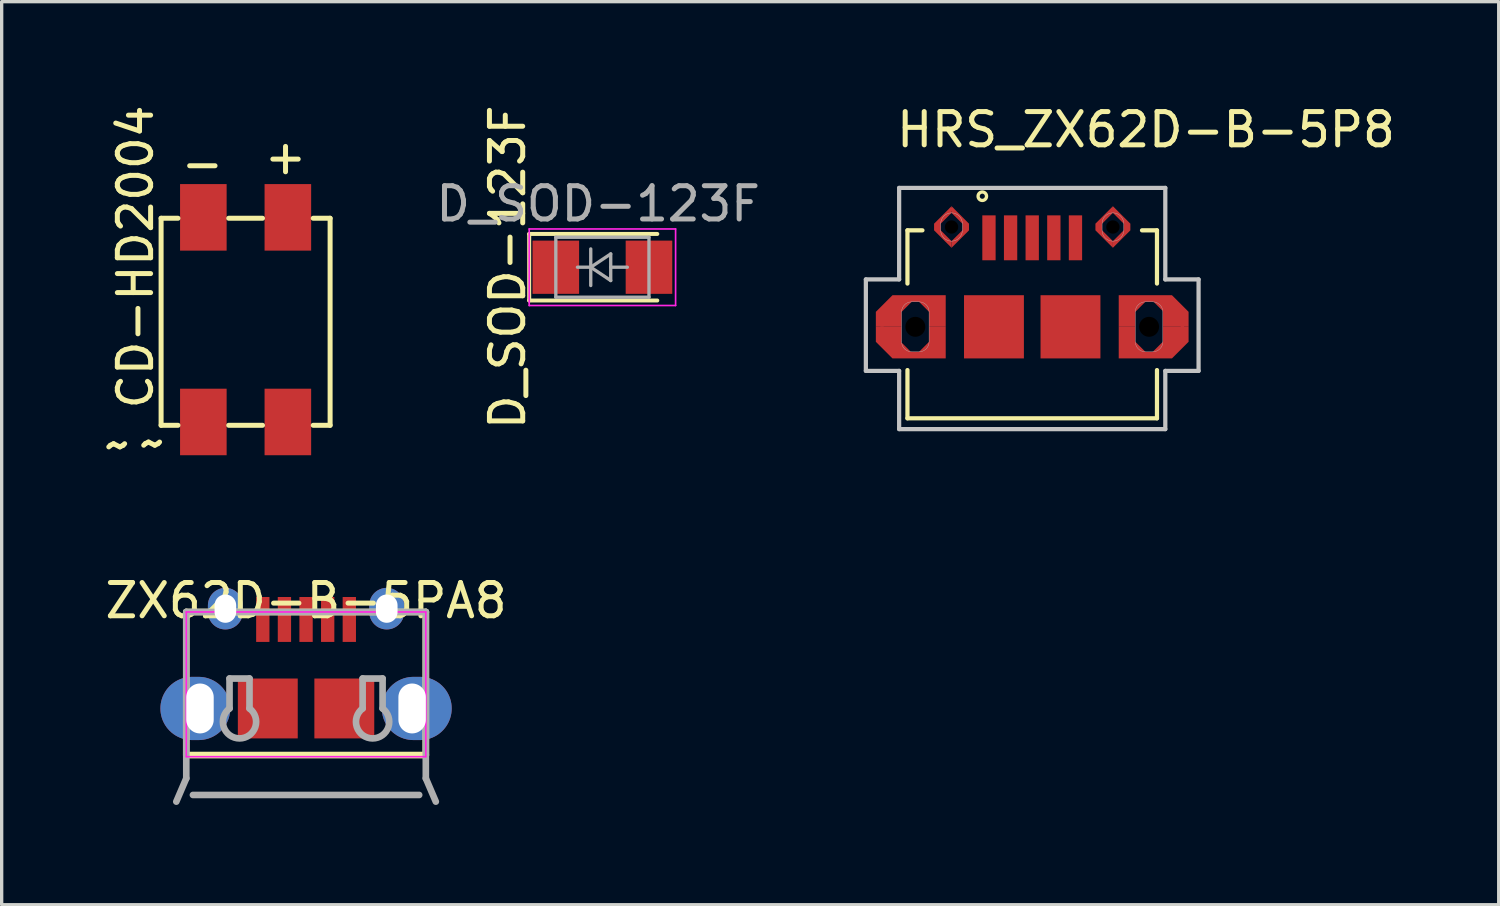
<source format=kicad_pcb>
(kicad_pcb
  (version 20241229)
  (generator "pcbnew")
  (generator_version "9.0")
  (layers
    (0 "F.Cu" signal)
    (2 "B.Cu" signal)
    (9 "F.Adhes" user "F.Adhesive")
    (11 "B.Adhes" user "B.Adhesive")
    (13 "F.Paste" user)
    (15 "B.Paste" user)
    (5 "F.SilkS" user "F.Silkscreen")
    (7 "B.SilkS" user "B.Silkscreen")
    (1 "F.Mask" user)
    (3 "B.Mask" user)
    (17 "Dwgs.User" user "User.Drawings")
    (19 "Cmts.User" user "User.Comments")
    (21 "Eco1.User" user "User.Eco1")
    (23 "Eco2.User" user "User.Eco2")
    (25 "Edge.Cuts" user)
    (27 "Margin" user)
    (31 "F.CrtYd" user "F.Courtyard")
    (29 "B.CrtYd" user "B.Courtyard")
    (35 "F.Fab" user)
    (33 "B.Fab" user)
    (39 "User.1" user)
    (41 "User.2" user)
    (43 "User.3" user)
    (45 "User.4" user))
  (footprint "D_SOD-123F"
    (layer "F.Cu")
    (at 15.056 4.982)
    (property "Reference" "D_SOD-123F" (at -2.85 0 90) (layer "F.SilkS") (effects (font (size 1 1) (thickness 0.15))))
    (attr smd)
    (fp_line (start -2.2 -1) (end -2.2 1) (stroke (width 0.12) (type solid)) (layer "F.SilkS"))
    (fp_line (start -2.2 -1) (end 1.65 -1) (stroke (width 0.12) (type solid)) (layer "F.SilkS"))
    (fp_line (start -2.2 1) (end 1.65 1) (stroke (width 0.12) (type solid)) (layer "F.SilkS"))
    (fp_line (start -2.2 -1.15) (end -2.2 1.15) (stroke (width 0.05) (type solid)) (layer "F.CrtYd"))
    (fp_line (start -2.2 -1.15) (end 2.2 -1.15) (stroke (width 0.05) (type solid)) (layer "F.CrtYd"))
    (fp_line (start 2.2 -1.15) (end 2.2 1.15) (stroke (width 0.05) (type solid)) (layer "F.CrtYd"))
    (fp_line (start 2.2 1.15) (end -2.2 1.15) (stroke (width 0.05) (type solid)) (layer "F.CrtYd"))
    (fp_line (start -1.4 -0.9) (end 1.4 -0.9) (stroke (width 0.1) (type solid)) (layer "F.Fab"))
    (fp_line (start -1.4 0.9) (end -1.4 -0.9) (stroke (width 0.1) (type solid)) (layer "F.Fab"))
    (fp_line (start -0.75 0) (end -0.35 0) (stroke (width 0.1) (type solid)) (layer "F.Fab"))
    (fp_line (start -0.35 0) (end -0.35 -0.55) (stroke (width 0.1) (type solid)) (layer "F.Fab"))
    (fp_line (start -0.35 0) (end -0.35 0.55) (stroke (width 0.1) (type solid)) (layer "F.Fab"))
    (fp_line (start -0.35 0) (end 0.25 -0.4) (stroke (width 0.1) (type solid)) (layer "F.Fab"))
    (fp_line (start 0.25 -0.4) (end 0.25 0.4) (stroke (width 0.1) (type solid)) (layer "F.Fab"))
    (fp_line (start 0.25 0) (end 0.75 0) (stroke (width 0.1) (type solid)) (layer "F.Fab"))
    (fp_line (start 0.25 0.4) (end -0.35 0) (stroke (width 0.1) (type solid)) (layer "F.Fab"))
    (fp_line (start 1.4 -0.9) (end 1.4 0.9) (stroke (width 0.1) (type solid)) (layer "F.Fab"))
    (fp_line (start 1.4 0.9) (end -1.4 0.9) (stroke (width 0.1) (type solid)) (layer "F.Fab"))
    (fp_text user "${REFERENCE}" (at -0.127 -1.905 0) (layer "F.Fab") (effects (font (size 1 1) (thickness 0.15))))
    (pad "1" smd rect (at -1.4 0) (size 1.4 1.6) (layers "F.Cu" "F.Mask" "F.Paste"))
    (pad "2" smd rect (at 1.4 0) (size 1.4 1.6) (layers "F.Cu" "F.Mask" "F.Paste")))
  (footprint "ZX62D-B-5PA8"
    (layer "F.Cu")
    (at 6.149 18.244)
    (property "Reference" "ZX62D-B-5PA8" (at 0 -3.24 0) (layer "F.SilkS") (effects (font (size 1 1) (thickness 0.15))))
    (attr through_hole)
    (fp_line (start -3.6 -2.9) (end -3.6 1.4) (stroke (width 0.2) (type solid)) (layer "F.SilkS"))
    (fp_line (start -3.6 1.4) (end 3.6 1.4) (stroke (width 0.2) (type solid)) (layer "F.SilkS"))
    (fp_line (start 3.6 -2.9) (end -3.6 -2.9) (stroke (width 0.2) (type solid)) (layer "F.SilkS"))
    (fp_line (start 3.6 1.4) (end 3.6 -2.9) (stroke (width 0.2) (type solid)) (layer "F.SilkS"))
    (fp_line (start -3.6 -2.9) (end -3.6 1.45) (stroke (width 0.05) (type solid)) (layer "F.CrtYd"))
    (fp_line (start -3.6 -2.9) (end 3.6 -2.9) (stroke (width 0.05) (type solid)) (layer "F.CrtYd"))
    (fp_line (start -3.6 1.45) (end 3.6 1.45) (stroke (width 0.05) (type solid)) (layer "F.CrtYd"))
    (fp_line (start 3.6 -2.9) (end 3.6 1.45) (stroke (width 0.05) (type solid)) (layer "F.CrtYd"))
    (fp_line (start -3.6 -2.9) (end -3.6 2.1) (stroke (width 0.2) (type solid)) (layer "F.Fab"))
    (fp_line (start -3.6 2.1) (end -3.9 2.8) (stroke (width 0.2) (type solid)) (layer "F.Fab"))
    (fp_line (start -3.4 2.6) (end 3.4 2.6) (stroke (width 0.2) (type solid)) (layer "F.Fab"))
    (fp_line (start -2.3 -0.9) (end -1.7 -0.9) (stroke (width 0.2) (type solid)) (layer "F.Fab"))
    (fp_line (start -2.3 0) (end -2.3 -0.9) (stroke (width 0.2) (type solid)) (layer "F.Fab"))
    (fp_line (start -1.7 -0.9) (end -1.7 0) (stroke (width 0.2) (type solid)) (layer "F.Fab"))
    (fp_line (start 1.7 -0.9) (end 2.3 -0.9) (stroke (width 0.2) (type solid)) (layer "F.Fab"))
    (fp_line (start 1.7 0) (end 1.7 -0.9) (stroke (width 0.2) (type solid)) (layer "F.Fab"))
    (fp_line (start 2.3 -0.9) (end 2.3 0) (stroke (width 0.2) (type solid)) (layer "F.Fab"))
    (fp_line (start 3.6 -2.9) (end -3.6 -2.9) (stroke (width 0.2) (type solid)) (layer "F.Fab"))
    (fp_line (start 3.6 2.1) (end 3.6 -2.9) (stroke (width 0.2) (type solid)) (layer "F.Fab"))
    (fp_line (start 3.9 2.8) (end 3.6 2.1) (stroke (width 0.2) (type solid)) (layer "F.Fab"))
    (fp_arc (start -1.7 0) (mid -2 0.9) (end -2.3 0) (stroke (width 0.2) (type solid)) (layer "F.Fab"))
    (fp_arc (start 2.3 0) (mid 2 0.9) (end 1.7 0) (stroke (width 0.2) (type solid)) (layer "F.Fab"))
    (pad "1" smd rect (at -1.3 -2.675) (size 0.4 1.35) (layers "F.Cu" "F.Mask" "F.Paste"))
    (pad "2" smd rect (at -0.65 -2.675) (size 0.4 1.35) (layers "F.Cu" "F.Mask" "F.Paste"))
    (pad "3" smd rect (at 0 -2.675) (size 0.4 1.35) (layers "F.Cu" "F.Mask" "F.Paste"))
    (pad "4" smd rect (at 0.65 -2.675) (size 0.4 1.35) (layers "F.Cu" "F.Mask" "F.Paste"))
    (pad "5" smd rect (at 1.3 -2.675) (size 0.4 1.35) (layers "F.Cu" "F.Mask" "F.Paste"))
    (pad "6" thru_hole oval (at -3.188 0) (size 2.1 1.9) (drill oval 0.825 1.5 (offset -0.14 0)) (layers "*.Cu" "*.Mask"))
    (pad "6" thru_hole oval (at -2.425 -3) (size 1.05 1.25) (drill oval 0.65 0.85) (layers "*.Cu" "*.Mask"))
    (pad "6" smd rect (at -1.15 0) (size 1.8 1.8) (layers "F.Cu" "F.Mask" "F.Paste"))
    (pad "6" smd rect (at 1.15 0) (size 1.8 1.8) (layers "F.Cu" "F.Mask" "F.Paste"))
    (pad "6" thru_hole oval (at 2.425 -3) (size 1.05 1.25) (drill oval 0.65 0.85) (layers "*.Cu" "*.Mask"))
    (pad "6" thru_hole oval (at 3.188 0) (size 2.1 1.9) (drill oval 0.825 1.5 (offset 0.14 0)) (layers "*.Cu" "*.Mask")))
  (footprint "HRS_ZX62D-B-5P8"
    (layer "F.Cu")
    (at 27.975 4.098)
    (property "Reference" "HRS_ZX62D-B-5P8" (at 3.42 -3.25 0) (layer "F.SilkS") (effects (font (size 1 1) (thickness 0.15))))
    (attr smd)
    (fp_poly (pts (xy -2.425 -0.75) (xy -2.425 -0.95) (xy -1.9 -0.425) (xy -1.9 -0.225) (xy -2.425 0.3) (xy -2.425 0.1) (xy -2.1 -0.225) (xy -2.1 -0.425)) (stroke (width 0) (type solid)) (fill yes) (layer "F.Cu"))
    (fp_poly (pts (xy -2.425 0.1) (xy -2.425 0.3) (xy -2.95 -0.225) (xy -2.95 -0.425) (xy -2.425 -0.95) (xy -2.425 -0.75) (xy -2.75 -0.425) (xy -2.75 -0.225)) (stroke (width 0) (type solid)) (fill yes) (layer "F.Cu"))
    (fp_poly (pts (xy 2.425 -0.75) (xy 2.425 -0.95) (xy 2.95 -0.425) (xy 2.95 -0.225) (xy 2.425 0.3) (xy 2.425 0.1) (xy 2.75 -0.225) (xy 2.75 -0.425)) (stroke (width 0) (type solid)) (fill yes) (layer "F.Cu"))
    (fp_poly (pts (xy 2.425 0.1) (xy 2.425 0.3) (xy 1.9 -0.225) (xy 1.9 -0.425) (xy 2.425 -0.95) (xy 2.425 -0.75) (xy 2.1 -0.425) (xy 2.1 -0.225)) (stroke (width 0) (type solid)) (fill yes) (layer "F.Cu"))
    (fp_poly (pts (xy -3.1 2.675) (xy -2.6 2.675) (xy -2.6 3.625) (xy -4.2 3.625) (xy -4.7 3.125) (xy -4.7 2.675) (xy -3.925 2.675) (xy -3.925 3.15) (xy -3.65 3.425) (xy -3.4 3.425) (xy -3.1 3.125)) (stroke (width 0) (type solid)) (fill yes) (layer "F.Cu"))
    (fp_poly (pts (xy -2.6 1.725) (xy -4.2 1.725) (xy -4.7 2.225) (xy -4.7 2.675) (xy -3.925 2.675) (xy -3.925 2.225) (xy -3.625 1.925) (xy -3.4 1.925) (xy -3.1 2.225) (xy -3.1 2.675) (xy -2.6 2.675)) (stroke (width 0) (type solid)) (fill yes) (layer "F.Cu"))
    (fp_poly (pts (xy 2.6 3.625) (xy 4.2 3.625) (xy 4.7 3.125) (xy 4.7 2.675) (xy 3.925 2.675) (xy 3.925 3.125) (xy 3.625 3.425) (xy 3.4 3.425) (xy 3.1 3.125) (xy 3.1 2.675) (xy 2.6 2.675)) (stroke (width 0) (type solid)) (fill yes) (layer "F.Cu"))
    (fp_poly (pts (xy 3.1 2.675) (xy 2.6 2.675) (xy 2.6 1.725) (xy 4.2 1.725) (xy 4.7 2.225) (xy 4.7 2.675) (xy 3.925 2.675) (xy 3.925 2.2) (xy 3.65 1.925) (xy 3.4 1.925) (xy 3.1 2.225)) (stroke (width 0) (type solid)) (fill yes) (layer "F.Cu"))
    (fp_poly (pts (xy -4.8 1.625) (xy -2.5 1.625) (xy -2.5 3.725) (xy -4.8 3.725)) (stroke (width 0.381) (type solid)) (fill yes) (layer "F.Mask"))
    (fp_poly (pts (xy -3.05 -1.05) (xy -1.8 -1.05) (xy -1.8 0.4) (xy -3.05 0.4)) (stroke (width 0.381) (type solid)) (fill yes) (layer "F.Mask"))
    (fp_poly (pts (xy 1.8 -1.05) (xy 3.05 -1.05) (xy 3.05 0.4) (xy 1.8 0.4)) (stroke (width 0.381) (type solid)) (fill yes) (layer "F.Mask"))
    (fp_poly (pts (xy 2.5 1.625) (xy 4.8 1.625) (xy 4.8 3.725) (xy 2.5 3.725)) (stroke (width 0.381) (type solid)) (fill yes) (layer "F.Mask"))
    (fp_line (start -3.75 -0.225) (end -3.3 -0.225) (stroke (width 0.127) (type solid)) (layer "F.SilkS"))
    (fp_line (start -3.75 1.375) (end -3.75 -0.225) (stroke (width 0.127) (type solid)) (layer "F.SilkS"))
    (fp_line (start -3.75 5.425) (end -3.75 3.975) (stroke (width 0.127) (type solid)) (layer "F.SilkS"))
    (fp_line (start 3.3 -0.225) (end 3.75 -0.225) (stroke (width 0.127) (type solid)) (layer "F.SilkS"))
    (fp_line (start 3.75 -0.225) (end 3.75 1.375) (stroke (width 0.127) (type solid)) (layer "F.SilkS"))
    (fp_line (start 3.75 3.975) (end 3.75 5.425) (stroke (width 0.127) (type solid)) (layer "F.SilkS"))
    (fp_line (start 3.75 5.425) (end -3.75 5.425) (stroke (width 0.127) (type solid)) (layer "F.SilkS"))
    (fp_circle (center -1.5 -1.25) (end -1.373 -1.25) (stroke (width 0.1) (type solid)) (fill no) (layer "F.SilkS"))
    (fp_poly (pts (xy -2.425 -0.75) (xy -2.425 -0.95) (xy -1.9 -0.425) (xy -1.9 -0.225) (xy -2.425 0.3) (xy -2.425 0.1) (xy -2.1 -0.225) (xy -2.1 -0.425)) (stroke (width 0) (type solid)) (fill yes) (layer "F.Paste"))
    (fp_poly (pts (xy -2.425 0.1) (xy -2.425 0.3) (xy -2.95 -0.225) (xy -2.95 -0.425) (xy -2.425 -0.95) (xy -2.425 -0.75) (xy -2.75 -0.425) (xy -2.75 -0.225)) (stroke (width 0) (type solid)) (fill yes) (layer "F.Paste"))
    (fp_poly (pts (xy 2.425 -0.75) (xy 2.425 -0.95) (xy 2.95 -0.425) (xy 2.95 -0.225) (xy 2.425 0.3) (xy 2.425 0.1) (xy 2.75 -0.225) (xy 2.75 -0.425)) (stroke (width 0) (type solid)) (fill yes) (layer "F.Paste"))
    (fp_poly (pts (xy 2.425 0.1) (xy 2.425 0.3) (xy 1.9 -0.225) (xy 1.9 -0.425) (xy 2.425 -0.95) (xy 2.425 -0.75) (xy 2.1 -0.425) (xy 2.1 -0.225)) (stroke (width 0) (type solid)) (fill yes) (layer "F.Paste"))
    (fp_poly (pts (xy -3.1 2.675) (xy -2.6 2.675) (xy -2.6 3.625) (xy -4.2 3.625) (xy -4.7 3.125) (xy -4.7 2.675) (xy -3.925 2.675) (xy -3.925 3.15) (xy -3.65 3.425) (xy -3.4 3.425) (xy -3.1 3.125)) (stroke (width 0) (type solid)) (fill yes) (layer "F.Paste"))
    (fp_poly (pts (xy -2.6 1.725) (xy -4.2 1.725) (xy -4.7 2.225) (xy -4.7 2.675) (xy -3.925 2.675) (xy -3.925 2.225) (xy -3.625 1.925) (xy -3.4 1.925) (xy -3.1 2.225) (xy -3.1 2.675) (xy -2.6 2.675)) (stroke (width 0) (type solid)) (fill yes) (layer "F.Paste"))
    (fp_poly (pts (xy 2.6 3.625) (xy 4.2 3.625) (xy 4.7 3.125) (xy 4.7 2.675) (xy 3.925 2.675) (xy 3.925 3.125) (xy 3.625 3.425) (xy 3.4 3.425) (xy 3.1 3.125) (xy 3.1 2.675) (xy 2.6 2.675)) (stroke (width 0) (type solid)) (fill yes) (layer "F.Paste"))
    (fp_poly (pts (xy 3.1 2.675) (xy 2.6 2.675) (xy 2.6 1.725) (xy 4.2 1.725) (xy 4.7 2.225) (xy 4.7 2.675) (xy 3.925 2.675) (xy 3.925 2.2) (xy 3.65 1.925) (xy 3.4 1.925) (xy 3.1 2.225)) (stroke (width 0) (type solid)) (fill yes) (layer "F.Paste"))
    (fp_line (start -5 1.25) (end -5 4) (stroke (width 0.127) (type solid)) (layer "Dwgs.User"))
    (fp_line (start -5 4) (end -4 4) (stroke (width 0.127) (type solid)) (layer "Dwgs.User"))
    (fp_line (start -4 -1.5) (end -4 1.25) (stroke (width 0.127) (type solid)) (layer "Dwgs.User"))
    (fp_line (start -4 1.25) (end -5 1.25) (stroke (width 0.127) (type solid)) (layer "Dwgs.User"))
    (fp_line (start -4 4) (end -4 5.75) (stroke (width 0.127) (type solid)) (layer "Dwgs.User"))
    (fp_line (start -4 5.75) (end 4 5.75) (stroke (width 0.127) (type solid)) (layer "Dwgs.User"))
    (fp_line (start -3.925 3.125) (end -3.925 2.225) (stroke (width 0.01) (type solid)) (layer "Dwgs.User"))
    (fp_line (start -3.625 1.925) (end -3.4 1.925) (stroke (width 0.01) (type solid)) (layer "Dwgs.User"))
    (fp_line (start -3.4 3.425) (end -3.625 3.425) (stroke (width 0.01) (type solid)) (layer "Dwgs.User"))
    (fp_line (start -3.1 2.225) (end -3.1 3.125) (stroke (width 0.01) (type solid)) (layer "Dwgs.User"))
    (fp_line (start -2.75 -0.225) (end -2.75 -0.425) (stroke (width 0.01) (type solid)) (layer "Dwgs.User"))
    (fp_line (start -2.1 -0.425) (end -2.1 -0.225) (stroke (width 0.01) (type solid)) (layer "Dwgs.User"))
    (fp_line (start 2.1 -0.225) (end 2.1 -0.425) (stroke (width 0.01) (type solid)) (layer "Dwgs.User"))
    (fp_line (start 2.75 -0.425) (end 2.75 -0.225) (stroke (width 0.01) (type solid)) (layer "Dwgs.User"))
    (fp_line (start 3.1 3.125) (end 3.1 2.225) (stroke (width 0.01) (type solid)) (layer "Dwgs.User"))
    (fp_line (start 3.4 1.925) (end 3.625 1.925) (stroke (width 0.01) (type solid)) (layer "Dwgs.User"))
    (fp_line (start 3.625 3.425) (end 3.4 3.425) (stroke (width 0.01) (type solid)) (layer "Dwgs.User"))
    (fp_line (start 3.925 2.225) (end 3.925 3.125) (stroke (width 0.01) (type solid)) (layer "Dwgs.User"))
    (fp_line (start 4 -1.5) (end -4 -1.5) (stroke (width 0.127) (type solid)) (layer "Dwgs.User"))
    (fp_line (start 4 1.25) (end 4 -1.5) (stroke (width 0.127) (type solid)) (layer "Dwgs.User"))
    (fp_line (start 4 4) (end 5 4) (stroke (width 0.127) (type solid)) (layer "Dwgs.User"))
    (fp_line (start 4 5.75) (end 4 4) (stroke (width 0.127) (type solid)) (layer "Dwgs.User"))
    (fp_line (start 5 1.25) (end 4 1.25) (stroke (width 0.127) (type solid)) (layer "Dwgs.User"))
    (fp_line (start 5 4) (end 5 1.25) (stroke (width 0.127) (type solid)) (layer "Dwgs.User"))
    (fp_arc (start -3.925 2.225) (mid -3.837132 2.012868) (end -3.625 1.925) (stroke (width 0.01) (type solid)) (layer "Dwgs.User"))
    (fp_arc (start -3.625 3.425) (mid -3.837132 3.337132) (end -3.925 3.125) (stroke (width 0.01) (type solid)) (layer "Dwgs.User"))
    (fp_arc (start -3.4 1.925) (mid -3.187868 2.012868) (end -3.1 2.225) (stroke (width 0.01) (type solid)) (layer "Dwgs.User"))
    (fp_arc (start -3.1 3.125) (mid -3.187868 3.337132) (end -3.4 3.425) (stroke (width 0.01) (type solid)) (layer "Dwgs.User"))
    (fp_arc (start -2.75 -0.425) (mid -2.65481 -0.65481) (end -2.425 -0.75) (stroke (width 0.01) (type solid)) (layer "Dwgs.User"))
    (fp_arc (start -2.425 -0.75) (mid -2.19519 -0.65481) (end -2.1 -0.425) (stroke (width 0.01) (type solid)) (layer "Dwgs.User"))
    (fp_arc (start -2.425 0.1) (mid -2.65481 0.00481) (end -2.75 -0.225) (stroke (width 0.01) (type solid)) (layer "Dwgs.User"))
    (fp_arc (start -2.1 -0.225) (mid -2.19519 0.00481) (end -2.425 0.1) (stroke (width 0.01) (type solid)) (layer "Dwgs.User"))
    (fp_arc (start 2.1 -0.425) (mid 2.19519 -0.65481) (end 2.425 -0.75) (stroke (width 0.01) (type solid)) (layer "Dwgs.User"))
    (fp_arc (start 2.425 -0.75) (mid 2.65481 -0.65481) (end 2.75 -0.425) (stroke (width 0.01) (type solid)) (layer "Dwgs.User"))
    (fp_arc (start 2.425 0.1) (mid 2.19519 0.00481) (end 2.1 -0.225) (stroke (width 0.01) (type solid)) (layer "Dwgs.User"))
    (fp_arc (start 2.75 -0.225) (mid 2.65481 0.00481) (end 2.425 0.1) (stroke (width 0.01) (type solid)) (layer "Dwgs.User"))
    (fp_arc (start 3.1 2.225) (mid 3.187868 2.012868) (end 3.4 1.925) (stroke (width 0.01) (type solid)) (layer "Dwgs.User"))
    (fp_arc (start 3.4 3.425) (mid 3.187868 3.337132) (end 3.1 3.125) (stroke (width 0.01) (type solid)) (layer "Dwgs.User"))
    (fp_arc (start 3.625 1.925) (mid 3.837132 2.012868) (end 3.925 2.225) (stroke (width 0.01) (type solid)) (layer "Dwgs.User"))
    (fp_arc (start 3.925 3.125) (mid 3.837132 3.337132) (end 3.625 3.425) (stroke (width 0.01) (type solid)) (layer "Dwgs.User"))
    (pad "" np_thru_hole circle (at -3.513 2.675) (size 0.6 0.6) (drill 0.6) (layers))
    (pad "" np_thru_hole circle (at -2.425 -0.325) (size 0.4 0.4) (drill 0.4) (layers))
    (pad "" np_thru_hole circle (at 2.425 -0.325) (size 0.4 0.4) (drill 0.4) (layers))
    (pad "" np_thru_hole circle (at 3.513 2.675) (size 0.6 0.6) (drill 0.6) (layers))
    (pad "1" smd rect (at -1.3 0) (size 0.4 1.35) (layers "F.Cu" "F.Mask" "F.Paste"))
    (pad "2" smd rect (at -0.65 0) (size 0.4 1.35) (layers "F.Cu" "F.Mask" "F.Paste"))
    (pad "3" smd rect (at 0 0) (size 0.4 1.35) (layers "F.Cu" "F.Mask" "F.Paste"))
    (pad "4" smd rect (at 0.65 0) (size 0.4 1.35) (layers "F.Cu" "F.Mask" "F.Paste"))
    (pad "5" smd rect (at 1.3 0) (size 0.4 1.35) (layers "F.Cu" "F.Mask" "F.Paste"))
    (pad "6" smd rect (at -1.15 2.675) (size 1.8 1.9) (layers "F.Cu" "F.Mask" "F.Paste"))
    (pad "6" smd rect (at 1.15 2.675) (size 1.8 1.9) (layers "F.Cu" "F.Mask" "F.Paste"))
    (pad "P1" smd rect (at -2.425 -0.85) (size 0.1 0.1) (layers "F.Cu" "F.Mask" "F.Paste"))
    (pad "P2" smd rect (at 2.425 -0.838) (size 0.1 0.1) (layers "F.Cu" "F.Mask" "F.Paste"))
    (pad "P3" smd rect (at -4.513 2.712) (size 0.1 0.1) (layers "F.Cu" "F.Mask" "F.Paste"))
    (pad "P6" smd rect (at 4.513 2.688) (size 0.1 0.1) (layers "F.Cu" "F.Mask" "F.Paste")))
  (footprint "CD-HD2004"
    (layer "F.Cu")
    (at 4.332 6.558)
    (property "Reference" "CD-HD2004" (at -3.31 -1.885 90) (layer "F.SilkS") (effects (font (size 1 1) (thickness 0.15))))
    (attr through_hole)
    (fp_line (start -2.54 -3.048) (end -2.54 3.175) (stroke (width 0.15) (type solid)) (layer "F.SilkS"))
    (fp_line (start -2.54 3.175) (end -2.032 3.175) (stroke (width 0.15) (type solid)) (layer "F.SilkS"))
    (fp_line (start -2.032 -3.048) (end -2.54 -3.048) (stroke (width 0.15) (type solid)) (layer "F.SilkS"))
    (fp_line (start -0.508 -3.048) (end 0.508 -3.048) (stroke (width 0.15) (type solid)) (layer "F.SilkS"))
    (fp_line (start -0.508 3.175) (end 0.508 3.175) (stroke (width 0.15) (type solid)) (layer "F.SilkS"))
    (fp_line (start 2.032 3.175) (end 2.54 3.175) (stroke (width 0.15) (type solid)) (layer "F.SilkS"))
    (fp_line (start 2.54 -3.048) (end 2.032 -3.048) (stroke (width 0.15) (type solid)) (layer "F.SilkS"))
    (fp_line (start 2.54 3.175) (end 2.54 -3.048) (stroke (width 0.15) (type solid)) (layer "F.SilkS"))
    (fp_text user "-" (at -1.3 -4.7 0) (layer "F.SilkS") (effects (font (size 1 1) (thickness 0.15))))
    (fp_text user "+" (at 1.2 -4.9 0) (layer "F.SilkS") (effects (font (size 1 1) (thickness 0.15))))
    (fp_text user "~" (at -2.8 3.7 0) (layer "F.SilkS") (effects (font (size 1 1) (thickness 0.15))))
    (fp_text user "~" (at -3.85 3.75 0) (layer "F.SilkS") (effects (font (size 1 1) (thickness 0.15))))
    (pad "1" smd rect (at 1.27 -3.075) (size 1.4 2) (layers "F.Cu" "F.Mask" "F.Paste"))
    (pad "2" smd rect (at -1.27 -3.075) (size 1.4 2) (layers "F.Cu" "F.Mask" "F.Paste"))
    (pad "3" smd rect (at -1.27 3.075) (size 1.4 2) (layers "F.Cu" "F.Mask" "F.Paste"))
    (pad "4" smd rect (at 1.27 3.075) (size 1.4 2) (layers "F.Cu" "F.Mask" "F.Paste")))
  (gr_rect
    (start -3 -3)
    (end 41.996 24.144)
    (stroke (width 0.1) (type default))
    (fill no)
    (layer "Edge.Cuts")))
</source>
